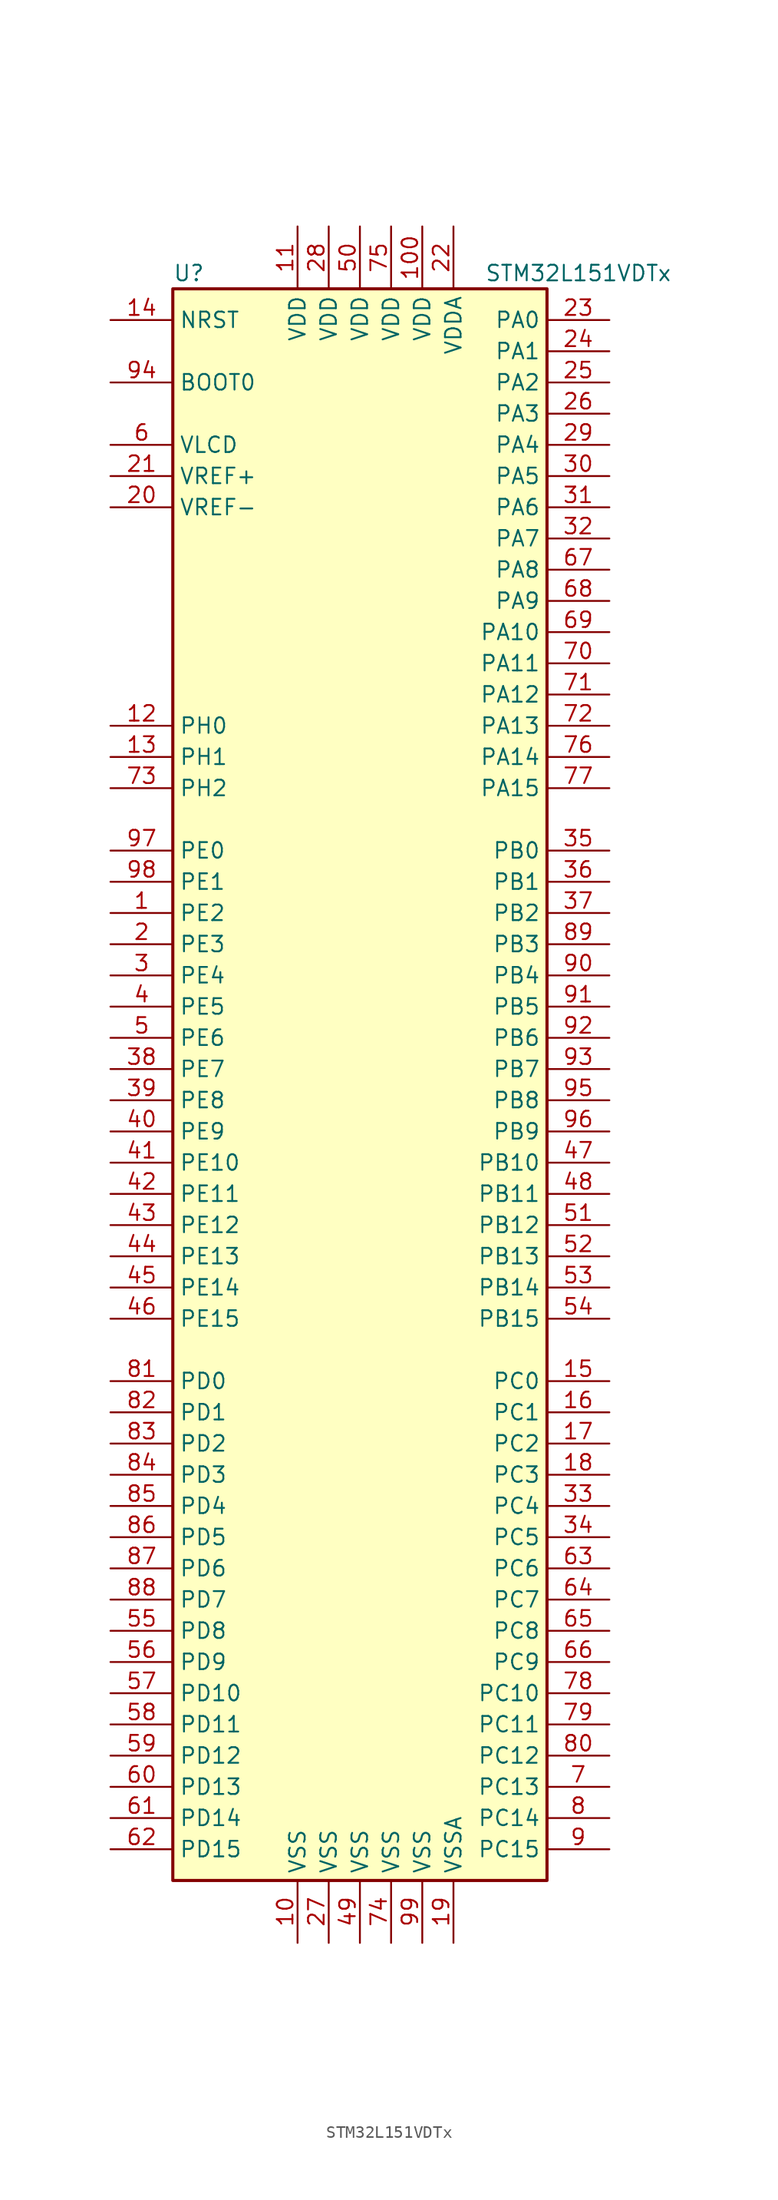
<source format=kicad_sym>
(kicad_symbol_lib
  (version 20211014)
  (generator kicad_symbol_editor)
  (symbol "STM32L151VDTx"
    (property "Reference" "U"
      (at -15.24 64.77 0)
      (effects (font (size 1.27 1.27)) (justify left)))
    (property "Value" "STM32L151VDTx"
      (at 10.16 64.77 0)
      (effects (font (size 1.27 1.27)) (justify left)))
    (symbol "STM32L151VDTx_0_1"
      (rectangle (start -15.24 -66.04) (end 15.24 63.5) (stroke (width 0.254) (type default) (color 0 0 0 0)) (fill (type background))))
    (symbol "STM32L151VDTx_1_1"
      (pin bidirectional line (at -20.32 12.7 0) (length 5.08) (name "PE2" (effects (font (size 1.27 1.27)))) (number "1" (effects (font (size 1.27 1.27)))))
      (pin power_in line (at -5.08 -71.12 90) (length 5.08) (name "VSS" (effects (font (size 1.27 1.27)))) (number "10" (effects (font (size 1.27 1.27)))))
      (pin power_in line (at 5.08 68.58 270) (length 5.08) (name "VDD" (effects (font (size 1.27 1.27)))) (number "100" (effects (font (size 1.27 1.27)))))
      (pin power_in line (at -5.08 68.58 270) (length 5.08) (name "VDD" (effects (font (size 1.27 1.27)))) (number "11" (effects (font (size 1.27 1.27)))))
      (pin input line (at -20.32 27.94 0) (length 5.08) (name "PH0" (effects (font (size 1.27 1.27)))) (number "12" (effects (font (size 1.27 1.27)))))
      (pin input line (at -20.32 25.4 0) (length 5.08) (name "PH1" (effects (font (size 1.27 1.27)))) (number "13" (effects (font (size 1.27 1.27)))))
      (pin input line (at -20.32 60.96 0) (length 5.08) (name "NRST" (effects (font (size 1.27 1.27)))) (number "14" (effects (font (size 1.27 1.27)))))
      (pin bidirectional line (at 20.32 -25.4 180) (length 5.08) (name "PC0" (effects (font (size 1.27 1.27)))) (number "15" (effects (font (size 1.27 1.27)))))
      (pin bidirectional line (at 20.32 -27.94 180) (length 5.08) (name "PC1" (effects (font (size 1.27 1.27)))) (number "16" (effects (font (size 1.27 1.27)))))
      (pin bidirectional line (at 20.32 -30.48 180) (length 5.08) (name "PC2" (effects (font (size 1.27 1.27)))) (number "17" (effects (font (size 1.27 1.27)))))
      (pin bidirectional line (at 20.32 -33.02 180) (length 5.08) (name "PC3" (effects (font (size 1.27 1.27)))) (number "18" (effects (font (size 1.27 1.27)))))
      (pin power_in line (at 7.62 -71.12 90) (length 5.08) (name "VSSA" (effects (font (size 1.27 1.27)))) (number "19" (effects (font (size 1.27 1.27)))))
      (pin bidirectional line (at -20.32 10.16 0) (length 5.08) (name "PE3" (effects (font (size 1.27 1.27)))) (number "2" (effects (font (size 1.27 1.27)))))
      (pin power_in line (at -20.32 45.72 0) (length 5.08) (name "VREF-" (effects (font (size 1.27 1.27)))) (number "20" (effects (font (size 1.27 1.27)))))
      (pin power_in line (at -20.32 48.26 0) (length 5.08) (name "VREF+" (effects (font (size 1.27 1.27)))) (number "21" (effects (font (size 1.27 1.27)))))
      (pin power_in line (at 7.62 68.58 270) (length 5.08) (name "VDDA" (effects (font (size 1.27 1.27)))) (number "22" (effects (font (size 1.27 1.27)))))
      (pin bidirectional line (at 20.32 60.96 180) (length 5.08) (name "PA0" (effects (font (size 1.27 1.27)))) (number "23" (effects (font (size 1.27 1.27)))))
      (pin bidirectional line (at 20.32 58.42 180) (length 5.08) (name "PA1" (effects (font (size 1.27 1.27)))) (number "24" (effects (font (size 1.27 1.27)))))
      (pin bidirectional line (at 20.32 55.88 180) (length 5.08) (name "PA2" (effects (font (size 1.27 1.27)))) (number "25" (effects (font (size 1.27 1.27)))))
      (pin bidirectional line (at 20.32 53.34 180) (length 5.08) (name "PA3" (effects (font (size 1.27 1.27)))) (number "26" (effects (font (size 1.27 1.27)))))
      (pin power_in line (at -2.54 -71.12 90) (length 5.08) (name "VSS" (effects (font (size 1.27 1.27)))) (number "27" (effects (font (size 1.27 1.27)))))
      (pin power_in line (at -2.54 68.58 270) (length 5.08) (name "VDD" (effects (font (size 1.27 1.27)))) (number "28" (effects (font (size 1.27 1.27)))))
      (pin bidirectional line (at 20.32 50.8 180) (length 5.08) (name "PA4" (effects (font (size 1.27 1.27)))) (number "29" (effects (font (size 1.27 1.27)))))
      (pin bidirectional line (at -20.32 7.62 0) (length 5.08) (name "PE4" (effects (font (size 1.27 1.27)))) (number "3" (effects (font (size 1.27 1.27)))))
      (pin bidirectional line (at 20.32 48.26 180) (length 5.08) (name "PA5" (effects (font (size 1.27 1.27)))) (number "30" (effects (font (size 1.27 1.27)))))
      (pin bidirectional line (at 20.32 45.72 180) (length 5.08) (name "PA6" (effects (font (size 1.27 1.27)))) (number "31" (effects (font (size 1.27 1.27)))))
      (pin bidirectional line (at 20.32 43.18 180) (length 5.08) (name "PA7" (effects (font (size 1.27 1.27)))) (number "32" (effects (font (size 1.27 1.27)))))
      (pin bidirectional line (at 20.32 -35.56 180) (length 5.08) (name "PC4" (effects (font (size 1.27 1.27)))) (number "33" (effects (font (size 1.27 1.27)))))
      (pin bidirectional line (at 20.32 -38.1 180) (length 5.08) (name "PC5" (effects (font (size 1.27 1.27)))) (number "34" (effects (font (size 1.27 1.27)))))
      (pin bidirectional line (at 20.32 17.78 180) (length 5.08) (name "PB0" (effects (font (size 1.27 1.27)))) (number "35" (effects (font (size 1.27 1.27)))))
      (pin bidirectional line (at 20.32 15.24 180) (length 5.08) (name "PB1" (effects (font (size 1.27 1.27)))) (number "36" (effects (font (size 1.27 1.27)))))
      (pin bidirectional line (at 20.32 12.7 180) (length 5.08) (name "PB2" (effects (font (size 1.27 1.27)))) (number "37" (effects (font (size 1.27 1.27)))))
      (pin bidirectional line (at -20.32 0 0) (length 5.08) (name "PE7" (effects (font (size 1.27 1.27)))) (number "38" (effects (font (size 1.27 1.27)))))
      (pin bidirectional line (at -20.32 -2.54 0) (length 5.08) (name "PE8" (effects (font (size 1.27 1.27)))) (number "39" (effects (font (size 1.27 1.27)))))
      (pin bidirectional line (at -20.32 5.08 0) (length 5.08) (name "PE5" (effects (font (size 1.27 1.27)))) (number "4" (effects (font (size 1.27 1.27)))))
      (pin bidirectional line (at -20.32 -5.08 0) (length 5.08) (name "PE9" (effects (font (size 1.27 1.27)))) (number "40" (effects (font (size 1.27 1.27)))))
      (pin bidirectional line (at -20.32 -7.62 0) (length 5.08) (name "PE10" (effects (font (size 1.27 1.27)))) (number "41" (effects (font (size 1.27 1.27)))))
      (pin bidirectional line (at -20.32 -10.16 0) (length 5.08) (name "PE11" (effects (font (size 1.27 1.27)))) (number "42" (effects (font (size 1.27 1.27)))))
      (pin bidirectional line (at -20.32 -12.7 0) (length 5.08) (name "PE12" (effects (font (size 1.27 1.27)))) (number "43" (effects (font (size 1.27 1.27)))))
      (pin bidirectional line (at -20.32 -15.24 0) (length 5.08) (name "PE13" (effects (font (size 1.27 1.27)))) (number "44" (effects (font (size 1.27 1.27)))))
      (pin bidirectional line (at -20.32 -17.78 0) (length 5.08) (name "PE14" (effects (font (size 1.27 1.27)))) (number "45" (effects (font (size 1.27 1.27)))))
      (pin bidirectional line (at -20.32 -20.32 0) (length 5.08) (name "PE15" (effects (font (size 1.27 1.27)))) (number "46" (effects (font (size 1.27 1.27)))))
      (pin bidirectional line (at 20.32 -7.62 180) (length 5.08) (name "PB10" (effects (font (size 1.27 1.27)))) (number "47" (effects (font (size 1.27 1.27)))))
      (pin bidirectional line (at 20.32 -10.16 180) (length 5.08) (name "PB11" (effects (font (size 1.27 1.27)))) (number "48" (effects (font (size 1.27 1.27)))))
      (pin power_in line (at 0 -71.12 90) (length 5.08) (name "VSS" (effects (font (size 1.27 1.27)))) (number "49" (effects (font (size 1.27 1.27)))))
      (pin bidirectional line (at -20.32 2.54 0) (length 5.08) (name "PE6" (effects (font (size 1.27 1.27)))) (number "5" (effects (font (size 1.27 1.27)))))
      (pin power_in line (at 0 68.58 270) (length 5.08) (name "VDD" (effects (font (size 1.27 1.27)))) (number "50" (effects (font (size 1.27 1.27)))))
      (pin bidirectional line (at 20.32 -12.7 180) (length 5.08) (name "PB12" (effects (font (size 1.27 1.27)))) (number "51" (effects (font (size 1.27 1.27)))))
      (pin bidirectional line (at 20.32 -15.24 180) (length 5.08) (name "PB13" (effects (font (size 1.27 1.27)))) (number "52" (effects (font (size 1.27 1.27)))))
      (pin bidirectional line (at 20.32 -17.78 180) (length 5.08) (name "PB14" (effects (font (size 1.27 1.27)))) (number "53" (effects (font (size 1.27 1.27)))))
      (pin bidirectional line (at 20.32 -20.32 180) (length 5.08) (name "PB15" (effects (font (size 1.27 1.27)))) (number "54" (effects (font (size 1.27 1.27)))))
      (pin bidirectional line (at -20.32 -45.72 0) (length 5.08) (name "PD8" (effects (font (size 1.27 1.27)))) (number "55" (effects (font (size 1.27 1.27)))))
      (pin bidirectional line (at -20.32 -48.26 0) (length 5.08) (name "PD9" (effects (font (size 1.27 1.27)))) (number "56" (effects (font (size 1.27 1.27)))))
      (pin bidirectional line (at -20.32 -50.8 0) (length 5.08) (name "PD10" (effects (font (size 1.27 1.27)))) (number "57" (effects (font (size 1.27 1.27)))))
      (pin bidirectional line (at -20.32 -53.34 0) (length 5.08) (name "PD11" (effects (font (size 1.27 1.27)))) (number "58" (effects (font (size 1.27 1.27)))))
      (pin bidirectional line (at -20.32 -55.88 0) (length 5.08) (name "PD12" (effects (font (size 1.27 1.27)))) (number "59" (effects (font (size 1.27 1.27)))))
      (pin power_in line (at -20.32 50.8 0) (length 5.08) (name "VLCD" (effects (font (size 1.27 1.27)))) (number "6" (effects (font (size 1.27 1.27)))))
      (pin bidirectional line (at -20.32 -58.42 0) (length 5.08) (name "PD13" (effects (font (size 1.27 1.27)))) (number "60" (effects (font (size 1.27 1.27)))))
      (pin bidirectional line (at -20.32 -60.96 0) (length 5.08) (name "PD14" (effects (font (size 1.27 1.27)))) (number "61" (effects (font (size 1.27 1.27)))))
      (pin bidirectional line (at -20.32 -63.5 0) (length 5.08) (name "PD15" (effects (font (size 1.27 1.27)))) (number "62" (effects (font (size 1.27 1.27)))))
      (pin bidirectional line (at 20.32 -40.64 180) (length 5.08) (name "PC6" (effects (font (size 1.27 1.27)))) (number "63" (effects (font (size 1.27 1.27)))))
      (pin bidirectional line (at 20.32 -43.18 180) (length 5.08) (name "PC7" (effects (font (size 1.27 1.27)))) (number "64" (effects (font (size 1.27 1.27)))))
      (pin bidirectional line (at 20.32 -45.72 180) (length 5.08) (name "PC8" (effects (font (size 1.27 1.27)))) (number "65" (effects (font (size 1.27 1.27)))))
      (pin bidirectional line (at 20.32 -48.26 180) (length 5.08) (name "PC9" (effects (font (size 1.27 1.27)))) (number "66" (effects (font (size 1.27 1.27)))))
      (pin bidirectional line (at 20.32 40.64 180) (length 5.08) (name "PA8" (effects (font (size 1.27 1.27)))) (number "67" (effects (font (size 1.27 1.27)))))
      (pin bidirectional line (at 20.32 38.1 180) (length 5.08) (name "PA9" (effects (font (size 1.27 1.27)))) (number "68" (effects (font (size 1.27 1.27)))))
      (pin bidirectional line (at 20.32 35.56 180) (length 5.08) (name "PA10" (effects (font (size 1.27 1.27)))) (number "69" (effects (font (size 1.27 1.27)))))
      (pin bidirectional line (at 20.32 -58.42 180) (length 5.08) (name "PC13" (effects (font (size 1.27 1.27)))) (number "7" (effects (font (size 1.27 1.27)))))
      (pin bidirectional line (at 20.32 33.02 180) (length 5.08) (name "PA11" (effects (font (size 1.27 1.27)))) (number "70" (effects (font (size 1.27 1.27)))))
      (pin bidirectional line (at 20.32 30.48 180) (length 5.08) (name "PA12" (effects (font (size 1.27 1.27)))) (number "71" (effects (font (size 1.27 1.27)))))
      (pin bidirectional line (at 20.32 27.94 180) (length 5.08) (name "PA13" (effects (font (size 1.27 1.27)))) (number "72" (effects (font (size 1.27 1.27)))))
      (pin bidirectional line (at -20.32 22.86 0) (length 5.08) (name "PH2" (effects (font (size 1.27 1.27)))) (number "73" (effects (font (size 1.27 1.27)))))
      (pin power_in line (at 2.54 -71.12 90) (length 5.08) (name "VSS" (effects (font (size 1.27 1.27)))) (number "74" (effects (font (size 1.27 1.27)))))
      (pin power_in line (at 2.54 68.58 270) (length 5.08) (name "VDD" (effects (font (size 1.27 1.27)))) (number "75" (effects (font (size 1.27 1.27)))))
      (pin bidirectional line (at 20.32 25.4 180) (length 5.08) (name "PA14" (effects (font (size 1.27 1.27)))) (number "76" (effects (font (size 1.27 1.27)))))
      (pin bidirectional line (at 20.32 22.86 180) (length 5.08) (name "PA15" (effects (font (size 1.27 1.27)))) (number "77" (effects (font (size 1.27 1.27)))))
      (pin bidirectional line (at 20.32 -50.8 180) (length 5.08) (name "PC10" (effects (font (size 1.27 1.27)))) (number "78" (effects (font (size 1.27 1.27)))))
      (pin bidirectional line (at 20.32 -53.34 180) (length 5.08) (name "PC11" (effects (font (size 1.27 1.27)))) (number "79" (effects (font (size 1.27 1.27)))))
      (pin bidirectional line (at 20.32 -60.96 180) (length 5.08) (name "PC14" (effects (font (size 1.27 1.27)))) (number "8" (effects (font (size 1.27 1.27)))))
      (pin bidirectional line (at 20.32 -55.88 180) (length 5.08) (name "PC12" (effects (font (size 1.27 1.27)))) (number "80" (effects (font (size 1.27 1.27)))))
      (pin bidirectional line (at -20.32 -25.4 0) (length 5.08) (name "PD0" (effects (font (size 1.27 1.27)))) (number "81" (effects (font (size 1.27 1.27)))))
      (pin bidirectional line (at -20.32 -27.94 0) (length 5.08) (name "PD1" (effects (font (size 1.27 1.27)))) (number "82" (effects (font (size 1.27 1.27)))))
      (pin bidirectional line (at -20.32 -30.48 0) (length 5.08) (name "PD2" (effects (font (size 1.27 1.27)))) (number "83" (effects (font (size 1.27 1.27)))))
      (pin bidirectional line (at -20.32 -33.02 0) (length 5.08) (name "PD3" (effects (font (size 1.27 1.27)))) (number "84" (effects (font (size 1.27 1.27)))))
      (pin bidirectional line (at -20.32 -35.56 0) (length 5.08) (name "PD4" (effects (font (size 1.27 1.27)))) (number "85" (effects (font (size 1.27 1.27)))))
      (pin bidirectional line (at -20.32 -38.1 0) (length 5.08) (name "PD5" (effects (font (size 1.27 1.27)))) (number "86" (effects (font (size 1.27 1.27)))))
      (pin bidirectional line (at -20.32 -40.64 0) (length 5.08) (name "PD6" (effects (font (size 1.27 1.27)))) (number "87" (effects (font (size 1.27 1.27)))))
      (pin bidirectional line (at -20.32 -43.18 0) (length 5.08) (name "PD7" (effects (font (size 1.27 1.27)))) (number "88" (effects (font (size 1.27 1.27)))))
      (pin bidirectional line (at 20.32 10.16 180) (length 5.08) (name "PB3" (effects (font (size 1.27 1.27)))) (number "89" (effects (font (size 1.27 1.27)))))
      (pin bidirectional line (at 20.32 -63.5 180) (length 5.08) (name "PC15" (effects (font (size 1.27 1.27)))) (number "9" (effects (font (size 1.27 1.27)))))
      (pin bidirectional line (at 20.32 7.62 180) (length 5.08) (name "PB4" (effects (font (size 1.27 1.27)))) (number "90" (effects (font (size 1.27 1.27)))))
      (pin bidirectional line (at 20.32 5.08 180) (length 5.08) (name "PB5" (effects (font (size 1.27 1.27)))) (number "91" (effects (font (size 1.27 1.27)))))
      (pin bidirectional line (at 20.32 2.54 180) (length 5.08) (name "PB6" (effects (font (size 1.27 1.27)))) (number "92" (effects (font (size 1.27 1.27)))))
      (pin bidirectional line (at 20.32 0 180) (length 5.08) (name "PB7" (effects (font (size 1.27 1.27)))) (number "93" (effects (font (size 1.27 1.27)))))
      (pin input line (at -20.32 55.88 0) (length 5.08) (name "BOOT0" (effects (font (size 1.27 1.27)))) (number "94" (effects (font (size 1.27 1.27)))))
      (pin bidirectional line (at 20.32 -2.54 180) (length 5.08) (name "PB8" (effects (font (size 1.27 1.27)))) (number "95" (effects (font (size 1.27 1.27)))))
      (pin bidirectional line (at 20.32 -5.08 180) (length 5.08) (name "PB9" (effects (font (size 1.27 1.27)))) (number "96" (effects (font (size 1.27 1.27)))))
      (pin bidirectional line (at -20.32 17.78 0) (length 5.08) (name "PE0" (effects (font (size 1.27 1.27)))) (number "97" (effects (font (size 1.27 1.27)))))
      (pin bidirectional line (at -20.32 15.24 0) (length 5.08) (name "PE1" (effects (font (size 1.27 1.27)))) (number "98" (effects (font (size 1.27 1.27)))))
      (pin power_in line (at 5.08 -71.12 90) (length 5.08) (name "VSS" (effects (font (size 1.27 1.27)))) (number "99" (effects (font (size 1.27 1.27))))))))
</source>
